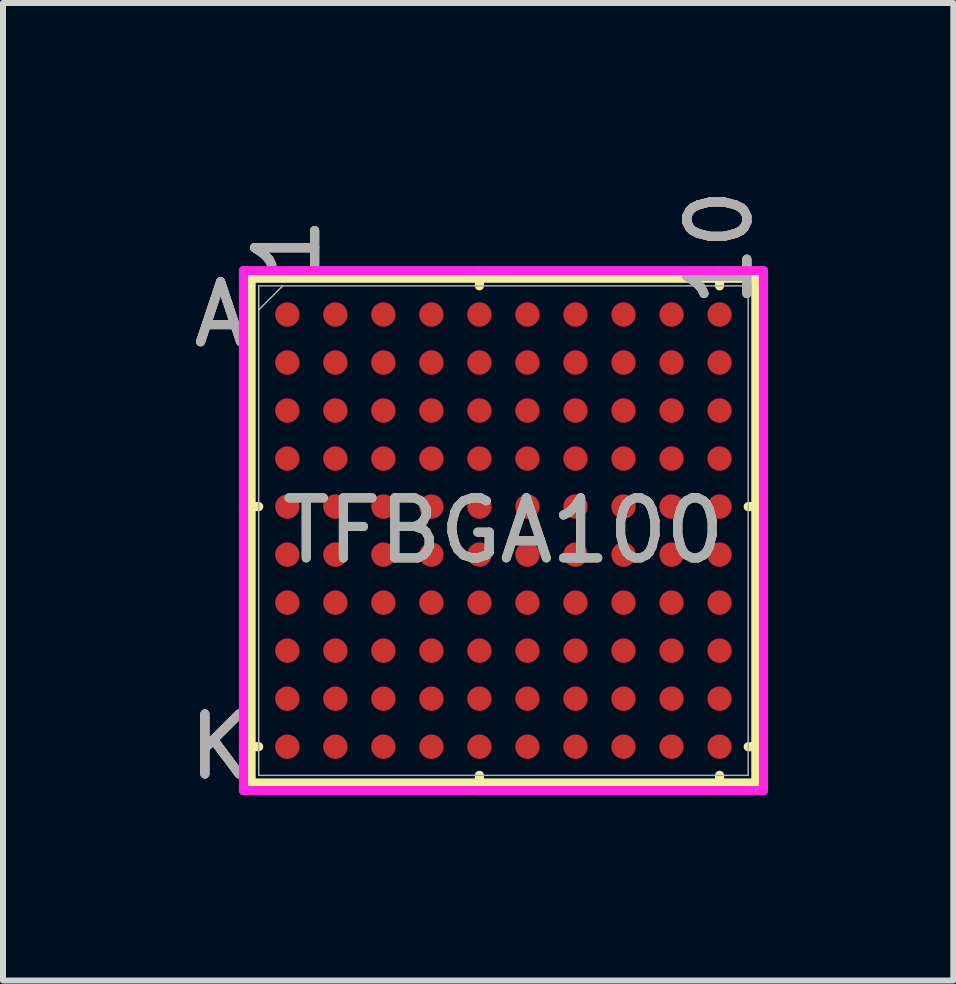
<source format=kicad_pcb>
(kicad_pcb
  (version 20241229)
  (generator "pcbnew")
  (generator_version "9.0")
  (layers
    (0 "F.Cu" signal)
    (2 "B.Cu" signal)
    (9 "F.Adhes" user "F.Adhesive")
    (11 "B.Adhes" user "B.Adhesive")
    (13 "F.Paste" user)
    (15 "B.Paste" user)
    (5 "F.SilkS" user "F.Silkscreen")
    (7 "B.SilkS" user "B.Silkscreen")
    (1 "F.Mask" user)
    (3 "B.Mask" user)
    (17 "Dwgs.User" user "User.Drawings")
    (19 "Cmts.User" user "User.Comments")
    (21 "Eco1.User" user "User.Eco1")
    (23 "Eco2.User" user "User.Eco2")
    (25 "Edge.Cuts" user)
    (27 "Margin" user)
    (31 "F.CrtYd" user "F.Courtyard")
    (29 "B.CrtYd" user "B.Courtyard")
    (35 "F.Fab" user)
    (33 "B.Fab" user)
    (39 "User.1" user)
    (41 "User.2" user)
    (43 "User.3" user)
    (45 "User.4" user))
  (footprint "TFBGA100"
    (layer "F.Cu")
    (at 5.337 5.789)
    (property "Reference" "TFBGA100" (at 0 0 0) (unlocked yes) (layer "F.SilkS") (effects (font (size 1 1) (thickness 0.15))))
    (attr smd)
    (fp_line (start -4.204 -4.204) (end -4.204 4.204) (stroke (width 0.152) (type solid)) (layer "F.SilkS"))
    (fp_line (start -4.204 4.204) (end 4.204 4.204) (stroke (width 0.152) (type solid)) (layer "F.SilkS"))
    (fp_line (start -4.077 -0.4) (end -4.331 -0.4) (stroke (width 0.152) (type solid)) (layer "F.SilkS"))
    (fp_line (start -4.077 3.6) (end -4.331 3.6) (stroke (width 0.152) (type solid)) (layer "F.SilkS"))
    (fp_line (start -0.4 -4.077) (end -0.4 -4.331) (stroke (width 0.152) (type solid)) (layer "F.SilkS"))
    (fp_line (start -0.4 4.077) (end -0.4 4.331) (stroke (width 0.152) (type solid)) (layer "F.SilkS"))
    (fp_line (start 3.6 -4.077) (end 3.6 -4.331) (stroke (width 0.152) (type solid)) (layer "F.SilkS"))
    (fp_line (start 3.6 4.077) (end 3.6 4.331) (stroke (width 0.152) (type solid)) (layer "F.SilkS"))
    (fp_line (start 4.077 -0.4) (end 4.331 -0.4) (stroke (width 0.152) (type solid)) (layer "F.SilkS"))
    (fp_line (start 4.077 3.6) (end 4.331 3.6) (stroke (width 0.152) (type solid)) (layer "F.SilkS"))
    (fp_line (start 4.204 -4.204) (end -4.204 -4.204) (stroke (width 0.152) (type solid)) (layer "F.SilkS"))
    (fp_line (start 4.204 4.204) (end 4.204 -4.204) (stroke (width 0.152) (type solid)) (layer "F.SilkS"))
    (fp_poly (pts (xy -4.444 -4.444) (xy 4.444 -4.444) (xy 4.444 4.444) (xy -4.444 4.444)) (stroke (width 0.1) (type solid)) (fill no) (layer "Eco2.User"))
    (fp_line (start -4.331 -4.331) (end 4.331 -4.331) (stroke (width 0.152) (type solid)) (layer "F.CrtYd"))
    (fp_line (start -4.331 4.331) (end -4.331 -4.331) (stroke (width 0.152) (type solid)) (layer "F.CrtYd"))
    (fp_line (start 4.331 -4.331) (end 4.331 4.331) (stroke (width 0.152) (type solid)) (layer "F.CrtYd"))
    (fp_line (start 4.331 4.331) (end -4.331 4.331) (stroke (width 0.152) (type solid)) (layer "F.CrtYd"))
    (fp_line (start -4.077 -4.077) (end -4.077 4.077) (stroke (width 0.025) (type solid)) (layer "F.Fab"))
    (fp_line (start -4.077 4.077) (end 4.077 4.077) (stroke (width 0.025) (type solid)) (layer "F.Fab"))
    (fp_line (start -3.677 -4.077) (end -4.077 -3.677) (stroke (width 0.025) (type solid)) (layer "F.Fab"))
    (fp_line (start 4.077 -4.077) (end -4.077 -4.077) (stroke (width 0.025) (type solid)) (layer "F.Fab"))
    (fp_line (start 4.077 4.077) (end 4.077 -4.077) (stroke (width 0.025) (type solid)) (layer "F.Fab"))
    (fp_text user "10" (at 3.6 -4.712 90) (unlocked yes) (layer "F.SilkS") (effects (font (size 1 1) (thickness 0.15))))
    (fp_text user "1" (at -3.6 -4.712 90) (unlocked yes) (layer "F.SilkS") (effects (font (size 1 1) (thickness 0.15))))
    (fp_text user "A" (at -4.712 -3.6 0) (unlocked yes) (layer "F.SilkS") (effects (font (size 1 1) (thickness 0.15))))
    (fp_text user "K" (at -4.712 3.6 0) (unlocked yes) (layer "F.SilkS") (effects (font (size 1 1) (thickness 0.15))))
    (fp_text user "10" (at 3.6 -4.712 90) (unlocked yes) (layer "B.SilkS") (effects (font (size 1 1) (thickness 0.15))))
    (fp_text user "A" (at -4.712 -3.6 0) (unlocked yes) (layer "B.SilkS") (effects (font (size 1 1) (thickness 0.15))))
    (fp_text user "1" (at -3.6 -4.712 90) (unlocked yes) (layer "B.SilkS") (effects (font (size 1 1) (thickness 0.15))))
    (fp_text user "K" (at -4.712 3.6 0) (unlocked yes) (layer "B.SilkS") (effects (font (size 1 1) (thickness 0.15))))
    (fp_text user "${REFERENCE}" (at 0 0 0) (unlocked yes) (layer "F.Fab") (effects (font (size 1 1) (thickness 0.15))))
    (fp_text user "K" (at -4.712 3.6 0) (unlocked yes) (layer "F.Fab") (effects (font (size 1 1) (thickness 0.15))))
    (fp_text user "10" (at 3.6 -4.712 90) (unlocked yes) (layer "F.Fab") (effects (font (size 1 1) (thickness 0.15))))
    (fp_text user "A" (at -4.712 -3.6 0) (unlocked yes) (layer "F.Fab") (effects (font (size 1 1) (thickness 0.15))))
    (fp_text user "1" (at -3.6 -4.712 90) (unlocked yes) (layer "F.Fab") (effects (font (size 1 1) (thickness 0.15))))
    (pad "A1" smd circle (at -3.6 -3.6) (size 0.406 0.406) (layers "F.Cu" "F.Mask" "F.Paste"))
    (pad "A2" smd circle (at -2.8 -3.6) (size 0.406 0.406) (layers "F.Cu" "F.Mask" "F.Paste"))
    (pad "A3" smd circle (at -2 -3.6) (size 0.406 0.406) (layers "F.Cu" "F.Mask" "F.Paste"))
    (pad "A4" smd circle (at -1.2 -3.6) (size 0.406 0.406) (layers "F.Cu" "F.Mask" "F.Paste"))
    (pad "A5" smd circle (at -0.4 -3.6) (size 0.406 0.406) (layers "F.Cu" "F.Mask" "F.Paste"))
    (pad "A6" smd circle (at 0.4 -3.6) (size 0.406 0.406) (layers "F.Cu" "F.Mask" "F.Paste"))
    (pad "A7" smd circle (at 1.2 -3.6) (size 0.406 0.406) (layers "F.Cu" "F.Mask" "F.Paste"))
    (pad "A8" smd circle (at 2 -3.6) (size 0.406 0.406) (layers "F.Cu" "F.Mask" "F.Paste"))
    (pad "A9" smd circle (at 2.8 -3.6) (size 0.406 0.406) (layers "F.Cu" "F.Mask" "F.Paste"))
    (pad "A10" smd circle (at 3.6 -3.6) (size 0.406 0.406) (layers "F.Cu" "F.Mask" "F.Paste"))
    (pad "B1" smd circle (at -3.6 -2.8) (size 0.406 0.406) (layers "F.Cu" "F.Mask" "F.Paste"))
    (pad "B2" smd circle (at -2.8 -2.8) (size 0.406 0.406) (layers "F.Cu" "F.Mask" "F.Paste"))
    (pad "B3" smd circle (at -2 -2.8) (size 0.406 0.406) (layers "F.Cu" "F.Mask" "F.Paste"))
    (pad "B4" smd circle (at -1.2 -2.8) (size 0.406 0.406) (layers "F.Cu" "F.Mask" "F.Paste"))
    (pad "B5" smd circle (at -0.4 -2.8) (size 0.406 0.406) (layers "F.Cu" "F.Mask" "F.Paste"))
    (pad "B6" smd circle (at 0.4 -2.8) (size 0.406 0.406) (layers "F.Cu" "F.Mask" "F.Paste"))
    (pad "B7" smd circle (at 1.2 -2.8) (size 0.406 0.406) (layers "F.Cu" "F.Mask" "F.Paste"))
    (pad "B8" smd circle (at 2 -2.8) (size 0.406 0.406) (layers "F.Cu" "F.Mask" "F.Paste"))
    (pad "B9" smd circle (at 2.8 -2.8) (size 0.406 0.406) (layers "F.Cu" "F.Mask" "F.Paste"))
    (pad "B10" smd circle (at 3.6 -2.8) (size 0.406 0.406) (layers "F.Cu" "F.Mask" "F.Paste"))
    (pad "C1" smd circle (at -3.6 -2) (size 0.406 0.406) (layers "F.Cu" "F.Mask" "F.Paste"))
    (pad "C2" smd circle (at -2.8 -2) (size 0.406 0.406) (layers "F.Cu" "F.Mask" "F.Paste"))
    (pad "C3" smd circle (at -2 -2) (size 0.406 0.406) (layers "F.Cu" "F.Mask" "F.Paste"))
    (pad "C4" smd circle (at -1.2 -2) (size 0.406 0.406) (layers "F.Cu" "F.Mask" "F.Paste"))
    (pad "C5" smd circle (at -0.4 -2) (size 0.406 0.406) (layers "F.Cu" "F.Mask" "F.Paste"))
    (pad "C6" smd circle (at 0.4 -2) (size 0.406 0.406) (layers "F.Cu" "F.Mask" "F.Paste"))
    (pad "C7" smd circle (at 1.2 -2) (size 0.406 0.406) (layers "F.Cu" "F.Mask" "F.Paste"))
    (pad "C8" smd circle (at 2 -2) (size 0.406 0.406) (layers "F.Cu" "F.Mask" "F.Paste"))
    (pad "C9" smd circle (at 2.8 -2) (size 0.406 0.406) (layers "F.Cu" "F.Mask" "F.Paste"))
    (pad "C10" smd circle (at 3.6 -2) (size 0.406 0.406) (layers "F.Cu" "F.Mask" "F.Paste"))
    (pad "D1" smd circle (at -3.6 -1.2) (size 0.406 0.406) (layers "F.Cu" "F.Mask" "F.Paste"))
    (pad "D2" smd circle (at -2.8 -1.2) (size 0.406 0.406) (layers "F.Cu" "F.Mask" "F.Paste"))
    (pad "D3" smd circle (at -2 -1.2) (size 0.406 0.406) (layers "F.Cu" "F.Mask" "F.Paste"))
    (pad "D4" smd circle (at -1.2 -1.2) (size 0.406 0.406) (layers "F.Cu" "F.Mask" "F.Paste"))
    (pad "D5" smd circle (at -0.4 -1.2) (size 0.406 0.406) (layers "F.Cu" "F.Mask" "F.Paste"))
    (pad "D6" smd circle (at 0.4 -1.2) (size 0.406 0.406) (layers "F.Cu" "F.Mask" "F.Paste"))
    (pad "D7" smd circle (at 1.2 -1.2) (size 0.406 0.406) (layers "F.Cu" "F.Mask" "F.Paste"))
    (pad "D8" smd circle (at 2 -1.2) (size 0.406 0.406) (layers "F.Cu" "F.Mask" "F.Paste"))
    (pad "D9" smd circle (at 2.8 -1.2) (size 0.406 0.406) (layers "F.Cu" "F.Mask" "F.Paste"))
    (pad "D10" smd circle (at 3.6 -1.2) (size 0.406 0.406) (layers "F.Cu" "F.Mask" "F.Paste"))
    (pad "E1" smd circle (at -3.6 -0.4) (size 0.406 0.406) (layers "F.Cu" "F.Mask" "F.Paste"))
    (pad "E2" smd circle (at -2.8 -0.4) (size 0.406 0.406) (layers "F.Cu" "F.Mask" "F.Paste"))
    (pad "E3" smd circle (at -2 -0.4) (size 0.406 0.406) (layers "F.Cu" "F.Mask" "F.Paste"))
    (pad "E4" smd circle (at -1.2 -0.4) (size 0.406 0.406) (layers "F.Cu" "F.Mask" "F.Paste"))
    (pad "E5" smd circle (at -0.4 -0.4) (size 0.406 0.406) (layers "F.Cu" "F.Mask" "F.Paste"))
    (pad "E6" smd circle (at 0.4 -0.4) (size 0.406 0.406) (layers "F.Cu" "F.Mask" "F.Paste"))
    (pad "E7" smd circle (at 1.2 -0.4) (size 0.406 0.406) (layers "F.Cu" "F.Mask" "F.Paste"))
    (pad "E8" smd circle (at 2 -0.4) (size 0.406 0.406) (layers "F.Cu" "F.Mask" "F.Paste"))
    (pad "E9" smd circle (at 2.8 -0.4) (size 0.406 0.406) (layers "F.Cu" "F.Mask" "F.Paste"))
    (pad "E10" smd circle (at 3.6 -0.4) (size 0.406 0.406) (layers "F.Cu" "F.Mask" "F.Paste"))
    (pad "F1" smd circle (at -3.6 0.4) (size 0.406 0.406) (layers "F.Cu" "F.Mask" "F.Paste"))
    (pad "F2" smd circle (at -2.8 0.4) (size 0.406 0.406) (layers "F.Cu" "F.Mask" "F.Paste"))
    (pad "F3" smd circle (at -2 0.4) (size 0.406 0.406) (layers "F.Cu" "F.Mask" "F.Paste"))
    (pad "F4" smd circle (at -1.2 0.4) (size 0.406 0.406) (layers "F.Cu" "F.Mask" "F.Paste"))
    (pad "F5" smd circle (at -0.4 0.4) (size 0.406 0.406) (layers "F.Cu" "F.Mask" "F.Paste"))
    (pad "F6" smd circle (at 0.4 0.4) (size 0.406 0.406) (layers "F.Cu" "F.Mask" "F.Paste"))
    (pad "F7" smd circle (at 1.2 0.4) (size 0.406 0.406) (layers "F.Cu" "F.Mask" "F.Paste"))
    (pad "F8" smd circle (at 2 0.4) (size 0.406 0.406) (layers "F.Cu" "F.Mask" "F.Paste"))
    (pad "F9" smd circle (at 2.8 0.4) (size 0.406 0.406) (layers "F.Cu" "F.Mask" "F.Paste"))
    (pad "F10" smd circle (at 3.6 0.4) (size 0.406 0.406) (layers "F.Cu" "F.Mask" "F.Paste"))
    (pad "G1" smd circle (at -3.6 1.2) (size 0.406 0.406) (layers "F.Cu" "F.Mask" "F.Paste"))
    (pad "G2" smd circle (at -2.8 1.2) (size 0.406 0.406) (layers "F.Cu" "F.Mask" "F.Paste"))
    (pad "G3" smd circle (at -2 1.2) (size 0.406 0.406) (layers "F.Cu" "F.Mask" "F.Paste"))
    (pad "G4" smd circle (at -1.2 1.2) (size 0.406 0.406) (layers "F.Cu" "F.Mask" "F.Paste"))
    (pad "G5" smd circle (at -0.4 1.2) (size 0.406 0.406) (layers "F.Cu" "F.Mask" "F.Paste"))
    (pad "G6" smd circle (at 0.4 1.2) (size 0.406 0.406) (layers "F.Cu" "F.Mask" "F.Paste"))
    (pad "G7" smd circle (at 1.2 1.2) (size 0.406 0.406) (layers "F.Cu" "F.Mask" "F.Paste"))
    (pad "G8" smd circle (at 2 1.2) (size 0.406 0.406) (layers "F.Cu" "F.Mask" "F.Paste"))
    (pad "G9" smd circle (at 2.8 1.2) (size 0.406 0.406) (layers "F.Cu" "F.Mask" "F.Paste"))
    (pad "G10" smd circle (at 3.6 1.2) (size 0.406 0.406) (layers "F.Cu" "F.Mask" "F.Paste"))
    (pad "H1" smd circle (at -3.6 2) (size 0.406 0.406) (layers "F.Cu" "F.Mask" "F.Paste"))
    (pad "H2" smd circle (at -2.8 2) (size 0.406 0.406) (layers "F.Cu" "F.Mask" "F.Paste"))
    (pad "H3" smd circle (at -2 2) (size 0.406 0.406) (layers "F.Cu" "F.Mask" "F.Paste"))
    (pad "H4" smd circle (at -1.2 2) (size 0.406 0.406) (layers "F.Cu" "F.Mask" "F.Paste"))
    (pad "H5" smd circle (at -0.4 2) (size 0.406 0.406) (layers "F.Cu" "F.Mask" "F.Paste"))
    (pad "H6" smd circle (at 0.4 2) (size 0.406 0.406) (layers "F.Cu" "F.Mask" "F.Paste"))
    (pad "H7" smd circle (at 1.2 2) (size 0.406 0.406) (layers "F.Cu" "F.Mask" "F.Paste"))
    (pad "H8" smd circle (at 2 2) (size 0.406 0.406) (layers "F.Cu" "F.Mask" "F.Paste"))
    (pad "H9" smd circle (at 2.8 2) (size 0.406 0.406) (layers "F.Cu" "F.Mask" "F.Paste"))
    (pad "H10" smd circle (at 3.6 2) (size 0.406 0.406) (layers "F.Cu" "F.Mask" "F.Paste"))
    (pad "J1" smd circle (at -3.6 2.8) (size 0.406 0.406) (layers "F.Cu" "F.Mask" "F.Paste"))
    (pad "J2" smd circle (at -2.8 2.8) (size 0.406 0.406) (layers "F.Cu" "F.Mask" "F.Paste"))
    (pad "J3" smd circle (at -2 2.8) (size 0.406 0.406) (layers "F.Cu" "F.Mask" "F.Paste"))
    (pad "J4" smd circle (at -1.2 2.8) (size 0.406 0.406) (layers "F.Cu" "F.Mask" "F.Paste"))
    (pad "J5" smd circle (at -0.4 2.8) (size 0.406 0.406) (layers "F.Cu" "F.Mask" "F.Paste"))
    (pad "J6" smd circle (at 0.4 2.8) (size 0.406 0.406) (layers "F.Cu" "F.Mask" "F.Paste"))
    (pad "J7" smd circle (at 1.2 2.8) (size 0.406 0.406) (layers "F.Cu" "F.Mask" "F.Paste"))
    (pad "J8" smd circle (at 2 2.8) (size 0.406 0.406) (layers "F.Cu" "F.Mask" "F.Paste"))
    (pad "J9" smd circle (at 2.8 2.8) (size 0.406 0.406) (layers "F.Cu" "F.Mask" "F.Paste"))
    (pad "J10" smd circle (at 3.6 2.8) (size 0.406 0.406) (layers "F.Cu" "F.Mask" "F.Paste"))
    (pad "K1" smd circle (at -3.6 3.6) (size 0.406 0.406) (layers "F.Cu" "F.Mask" "F.Paste"))
    (pad "K2" smd circle (at -2.8 3.6) (size 0.406 0.406) (layers "F.Cu" "F.Mask" "F.Paste"))
    (pad "K3" smd circle (at -2 3.6) (size 0.406 0.406) (layers "F.Cu" "F.Mask" "F.Paste"))
    (pad "K4" smd circle (at -1.2 3.6) (size 0.406 0.406) (layers "F.Cu" "F.Mask" "F.Paste"))
    (pad "K5" smd circle (at -0.4 3.6) (size 0.406 0.406) (layers "F.Cu" "F.Mask" "F.Paste"))
    (pad "K6" smd circle (at 0.4 3.6) (size 0.406 0.406) (layers "F.Cu" "F.Mask" "F.Paste"))
    (pad "K7" smd circle (at 1.2 3.6) (size 0.406 0.406) (layers "F.Cu" "F.Mask" "F.Paste"))
    (pad "K8" smd circle (at 2 3.6) (size 0.406 0.406) (layers "F.Cu" "F.Mask" "F.Paste"))
    (pad "K9" smd circle (at 2.8 3.6) (size 0.406 0.406) (layers "F.Cu" "F.Mask" "F.Paste"))
    (pad "K10" smd circle (at 3.6 3.6) (size 0.406 0.406) (layers "F.Cu" "F.Mask" "F.Paste")))
  (gr_rect
    (start -3 -3)
    (end 12.831 13.284)
    (stroke (width 0.1) (type default))
    (fill no)
    (layer "Edge.Cuts")))
</source>
